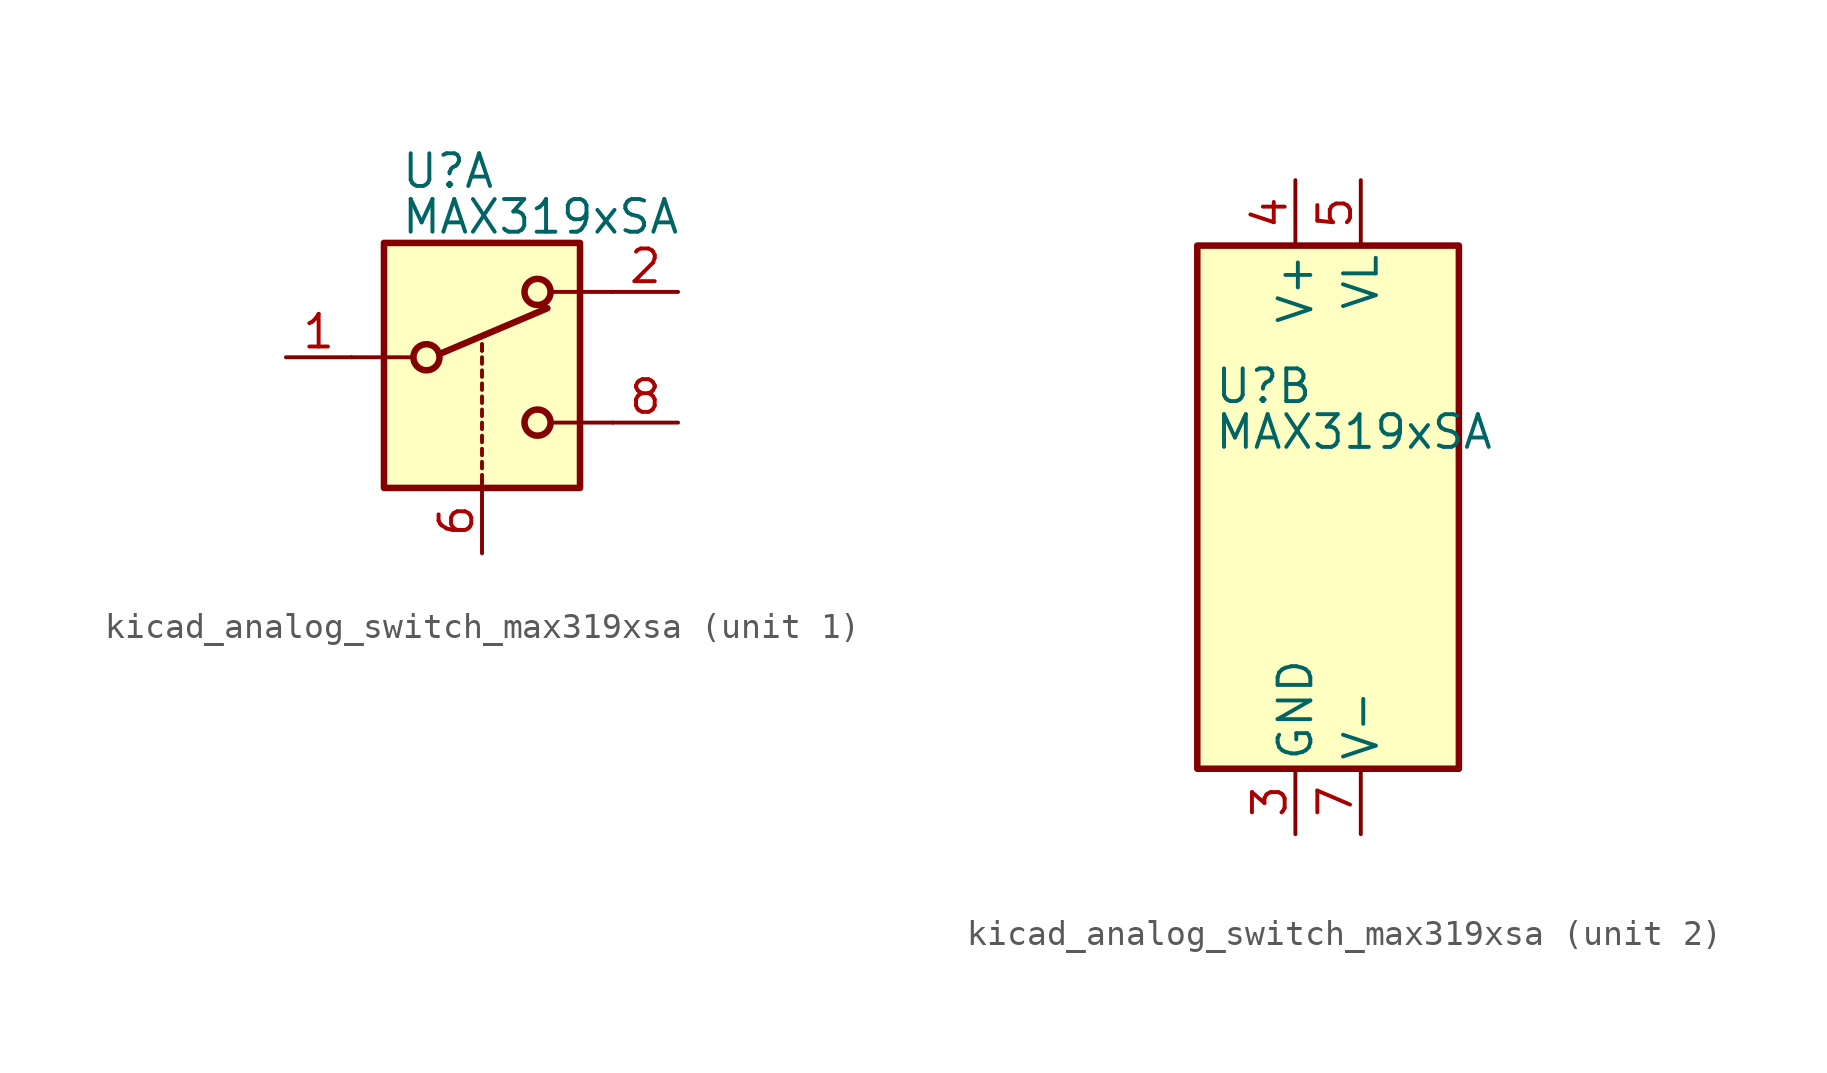
<source format=kicad_sym>
(kicad_symbol_lib
  (version 20220914)
  (generator kicad_symbol_editor)
  (symbol "kicad_analog_switch_max319xsa"
    (pin_names
      (offset 0.254))
    (property "Reference" "U"
      (at -3.175 4.699 0)
      (effects (font (size 1.27 1.27)) (justify left)))
    (property "Value" "MAX319xSA"
      (at -3.175 2.921 0)
      (effects (font (size 1.27 1.27)) (justify left)))
    (symbol "kicad_analog_switch_max319xsa_1_1"
      (rectangle (start -3.81 1.905) (end 3.81 -7.62) (stroke (width 0.254) (type default)) (fill (type background)))
      (circle (center -2.159 -2.54) (radius 0.508) (stroke (width 0.254) (type default)) (fill (type none)))
      (polyline (pts (xy -5.08 -2.54) (xy -2.794 -2.54)) (stroke (width 0) (type default)) (fill (type none)))
      (polyline (pts (xy -1.651 -2.413) (xy 2.54 -0.635)) (stroke (width 0.254) (type default)) (fill (type none)))
      (polyline (pts (xy 0 -7.62) (xy 0 -7.112)) (stroke (width 0) (type default)) (fill (type none)))
      (polyline (pts (xy 0 -6.858) (xy 0 -6.604)) (stroke (width 0) (type default)) (fill (type none)))
      (polyline (pts (xy 0 -6.35) (xy 0 -6.096)) (stroke (width 0) (type default)) (fill (type none)))
      (polyline (pts (xy 0 -5.842) (xy 0 -5.588)) (stroke (width 0) (type default)) (fill (type none)))
      (polyline (pts (xy 0 -5.334) (xy 0 -5.08)) (stroke (width 0) (type default)) (fill (type none)))
      (polyline (pts (xy 0 -4.826) (xy 0 -4.572)) (stroke (width 0) (type default)) (fill (type none)))
      (polyline (pts (xy 0 -4.318) (xy 0 -4.064)) (stroke (width 0) (type default)) (fill (type none)))
      (polyline (pts (xy 0 -3.81) (xy 0 -3.556)) (stroke (width 0) (type default)) (fill (type none)))
      (polyline (pts (xy 0 -3.302) (xy 0 -3.048)) (stroke (width 0) (type default)) (fill (type none)))
      (polyline (pts (xy 0 -2.794) (xy 0 -2.54)) (stroke (width 0) (type default)) (fill (type none)))
      (polyline (pts (xy 0 -2.286) (xy 0 -2.032)) (stroke (width 0) (type default)) (fill (type none)))
      (polyline (pts (xy 0 -2.286) (xy 0 -2.032)) (stroke (width 0) (type default)) (fill (type none)))
      (polyline (pts (xy 5.08 -5.08) (xy 2.794 -5.08)) (stroke (width 0) (type default)) (fill (type none)))
      (polyline (pts (xy 5.08 0) (xy 2.794 0)) (stroke (width 0) (type default)) (fill (type none)))
      (circle (center 2.159 -5.08) (radius 0.508) (stroke (width 0.254) (type default)) (fill (type none)))
      (circle (center 2.159 0) (radius 0.508) (stroke (width 0.254) (type default)) (fill (type none)))
      (pin passive line (at -7.62 -2.54 0) (length 2.54) (name "~" (effects (font (size 1.27 1.27)))) (number "1" (effects (font (size 1.27 1.27)))))
      (pin passive line (at 7.62 0 180) (length 2.54) (name "~" (effects (font (size 1.27 1.27)))) (number "2" (effects (font (size 1.27 1.27)))))
      (pin input line (at 0 -10.16 90) (length 2.54) (name "~" (effects (font (size 1.27 1.27)))) (number "6" (effects (font (size 1.27 1.27)))))
      (pin passive line (at 7.62 -5.08 180) (length 2.54) (name "~" (effects (font (size 1.27 1.27)))) (number "8" (effects (font (size 1.27 1.27))))))
    (symbol "kicad_analog_switch_max319xsa_2_0"
      (pin power_in line (at 0 -12.7 90) (length 2.54) (name "GND" (effects (font (size 1.27 1.27)))) (number "3" (effects (font (size 1.27 1.27)))))
      (pin power_in line (at 0 12.7 270) (length 2.54) (name "V+" (effects (font (size 1.27 1.27)))) (number "4" (effects (font (size 1.27 1.27)))))
      (pin power_in line (at 2.54 12.7 270) (length 2.54) (name "VL" (effects (font (size 1.27 1.27)))) (number "5" (effects (font (size 1.27 1.27)))))
      (pin power_in line (at 2.54 -12.7 90) (length 2.54) (name "V-" (effects (font (size 1.27 1.27)))) (number "7" (effects (font (size 1.27 1.27))))))
    (symbol "kicad_analog_switch_max319xsa_2_1"
      (rectangle (start -3.81 10.16) (end 6.35 -10.16) (stroke (width 0.254) (type default)) (fill (type background))))))
</source>
